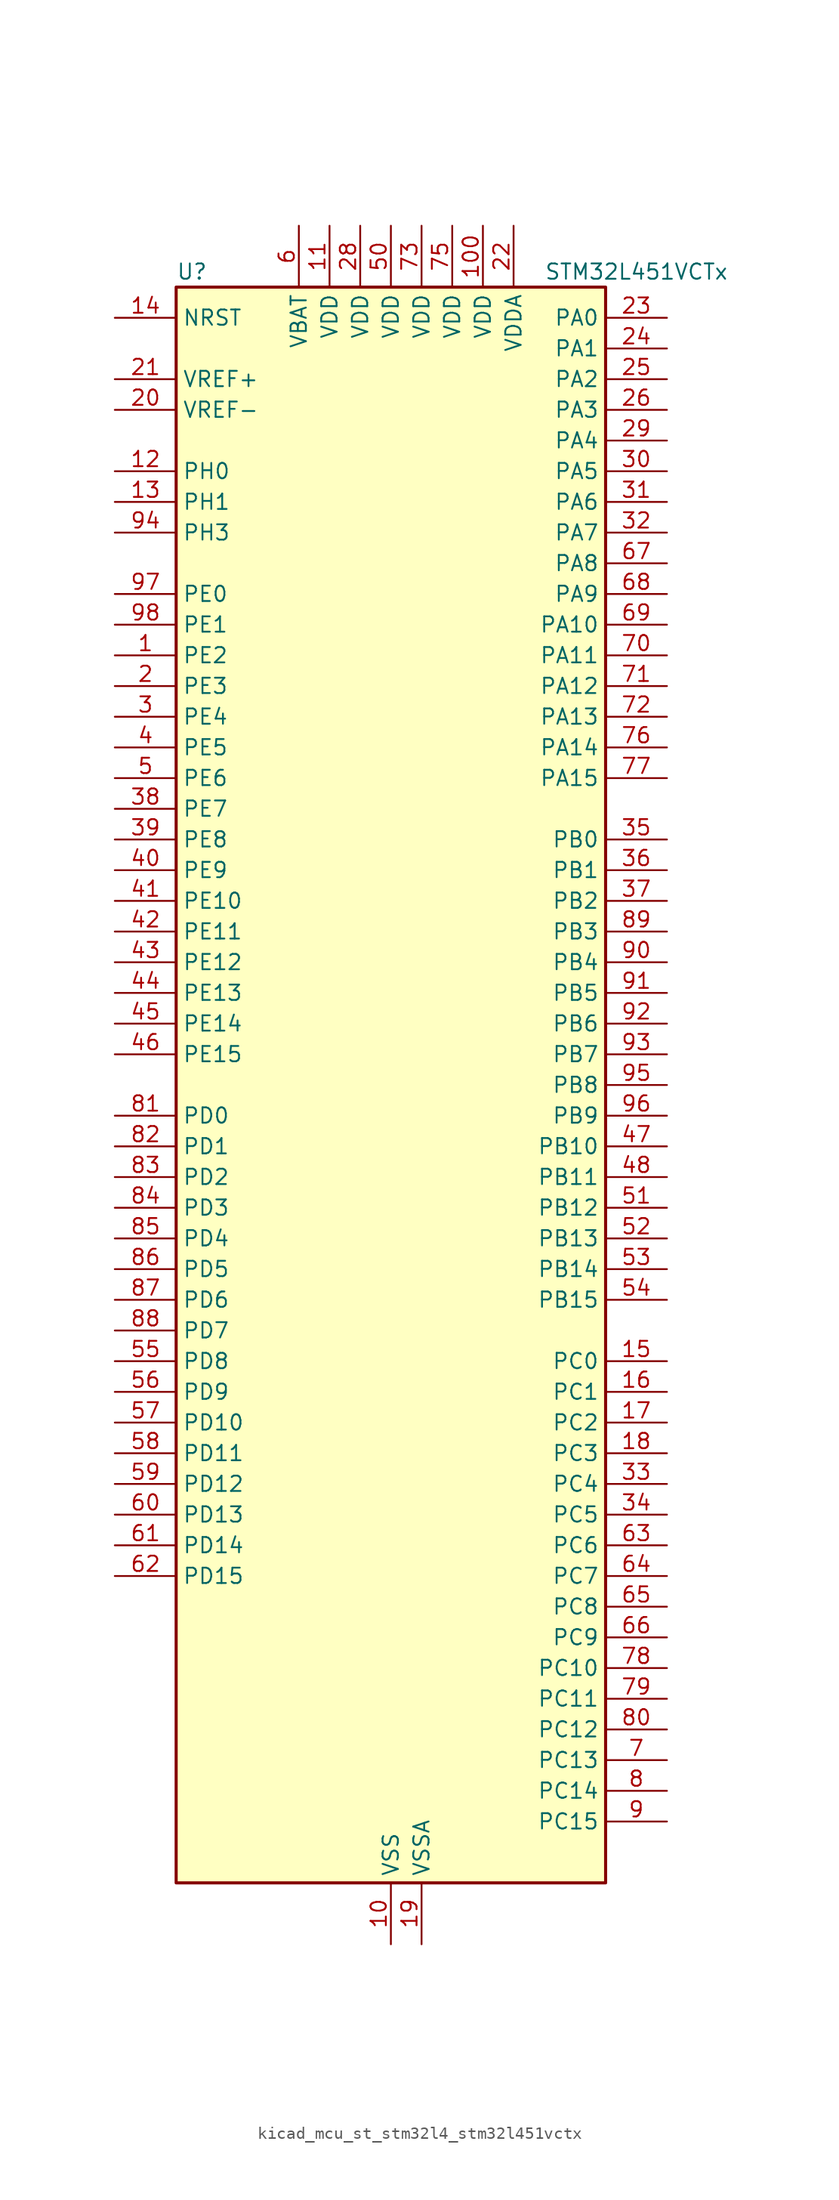
<source format=kicad_sym>
(kicad_symbol_lib
  (version 20220914)
  (generator kicad_symbol_editor)
  (symbol "kicad_mcu_st_stm32l4_stm32l451vctx"
    (property "Reference" "U"
      (at -17.78 67.31 0)
      (effects (font (size 1.27 1.27)) (justify left)))
    (property "Value" "STM32L451VCTx"
      (at 12.7 67.31 0)
      (effects (font (size 1.27 1.27)) (justify left)))
    (property "ki_locked" ""
      (at 0 0 0)
      (effects (font (size 1.27 1.27))))
    (symbol "kicad_mcu_st_stm32l4_stm32l451vctx_0_1"
      (rectangle (start -17.78 -66.04) (end 17.78 66.04) (stroke (width 0.254) (type default)) (fill (type background))))
    (symbol "kicad_mcu_st_stm32l4_stm32l451vctx_1_1"
      (pin bidirectional line (at -22.86 35.56 0) (length 5.08) (name "PE2" (effects (font (size 1.27 1.27)))) (number "1" (effects (font (size 1.27 1.27)))) (alternate "SAI1_MCLK_A" bidirectional line) (alternate "SYS_TRACECLK" bidirectional line) (alternate "TIM3_ETR" bidirectional line) (alternate "TSC_G7_IO1" bidirectional line))
      (pin power_in line (at 0 -71.12 90) (length 5.08) (name "VSS" (effects (font (size 1.27 1.27)))) (number "10" (effects (font (size 1.27 1.27)))))
      (pin power_in line (at 7.62 71.12 270) (length 5.08) (name "VDD" (effects (font (size 1.27 1.27)))) (number "100" (effects (font (size 1.27 1.27)))))
      (pin power_in line (at -5.08 71.12 270) (length 5.08) (name "VDD" (effects (font (size 1.27 1.27)))) (number "11" (effects (font (size 1.27 1.27)))))
      (pin bidirectional line (at -22.86 50.8 0) (length 5.08) (name "PH0" (effects (font (size 1.27 1.27)))) (number "12" (effects (font (size 1.27 1.27)))) (alternate "RCC_OSC_IN" bidirectional line))
      (pin bidirectional line (at -22.86 48.26 0) (length 5.08) (name "PH1" (effects (font (size 1.27 1.27)))) (number "13" (effects (font (size 1.27 1.27)))) (alternate "RCC_OSC_OUT" bidirectional line))
      (pin input line (at -22.86 63.5 0) (length 5.08) (name "NRST" (effects (font (size 1.27 1.27)))) (number "14" (effects (font (size 1.27 1.27)))))
      (pin bidirectional line (at 22.86 -22.86 180) (length 5.08) (name "PC0" (effects (font (size 1.27 1.27)))) (number "15" (effects (font (size 1.27 1.27)))) (alternate "ADC1_IN1" bidirectional line) (alternate "I2C3_SCL" bidirectional line) (alternate "I2C4_SCL" bidirectional line) (alternate "LPTIM1_IN1" bidirectional line) (alternate "LPTIM2_IN1" bidirectional line) (alternate "LPUART1_RX" bidirectional line))
      (pin bidirectional line (at 22.86 -25.4 180) (length 5.08) (name "PC1" (effects (font (size 1.27 1.27)))) (number "16" (effects (font (size 1.27 1.27)))) (alternate "ADC1_IN2" bidirectional line) (alternate "I2C3_SDA" bidirectional line) (alternate "I2C4_SDA" bidirectional line) (alternate "LPTIM1_OUT" bidirectional line) (alternate "LPUART1_TX" bidirectional line) (alternate "SYS_TRACED0" bidirectional line))
      (pin bidirectional line (at 22.86 -27.94 180) (length 5.08) (name "PC2" (effects (font (size 1.27 1.27)))) (number "17" (effects (font (size 1.27 1.27)))) (alternate "ADC1_IN3" bidirectional line) (alternate "DFSDM1_CKOUT" bidirectional line) (alternate "LPTIM1_IN2" bidirectional line) (alternate "SPI2_MISO" bidirectional line))
      (pin bidirectional line (at 22.86 -30.48 180) (length 5.08) (name "PC3" (effects (font (size 1.27 1.27)))) (number "18" (effects (font (size 1.27 1.27)))) (alternate "ADC1_IN4" bidirectional line) (alternate "LPTIM1_ETR" bidirectional line) (alternate "LPTIM2_ETR" bidirectional line) (alternate "SAI1_SD_A" bidirectional line) (alternate "SPI2_MOSI" bidirectional line))
      (pin power_in line (at 2.54 -71.12 90) (length 5.08) (name "VSSA" (effects (font (size 1.27 1.27)))) (number "19" (effects (font (size 1.27 1.27)))))
      (pin bidirectional line (at -22.86 33.02 0) (length 5.08) (name "PE3" (effects (font (size 1.27 1.27)))) (number "2" (effects (font (size 1.27 1.27)))) (alternate "SAI1_SD_B" bidirectional line) (alternate "SYS_TRACED0" bidirectional line) (alternate "TIM3_CH1" bidirectional line) (alternate "TSC_G7_IO2" bidirectional line))
      (pin input line (at -22.86 55.88 0) (length 5.08) (name "VREF-" (effects (font (size 1.27 1.27)))) (number "20" (effects (font (size 1.27 1.27)))))
      (pin input line (at -22.86 58.42 0) (length 5.08) (name "VREF+" (effects (font (size 1.27 1.27)))) (number "21" (effects (font (size 1.27 1.27)))) (alternate "VREFBUF_OUT" bidirectional line))
      (pin power_in line (at 10.16 71.12 270) (length 5.08) (name "VDDA" (effects (font (size 1.27 1.27)))) (number "22" (effects (font (size 1.27 1.27)))))
      (pin bidirectional line (at 22.86 63.5 180) (length 5.08) (name "PA0" (effects (font (size 1.27 1.27)))) (number "23" (effects (font (size 1.27 1.27)))) (alternate "ADC1_IN5" bidirectional line) (alternate "COMP1_INM" bidirectional line) (alternate "COMP1_OUT" bidirectional line) (alternate "OPAMP1_VINP" bidirectional line) (alternate "RTC_TAMP2" bidirectional line) (alternate "SAI1_EXTCLK" bidirectional line) (alternate "SYS_WKUP1" bidirectional line) (alternate "TIM2_CH1" bidirectional line) (alternate "TIM2_ETR" bidirectional line) (alternate "UART4_TX" bidirectional line) (alternate "USART2_CTS" bidirectional line))
      (pin bidirectional line (at 22.86 60.96 180) (length 5.08) (name "PA1" (effects (font (size 1.27 1.27)))) (number "24" (effects (font (size 1.27 1.27)))) (alternate "ADC1_IN6" bidirectional line) (alternate "COMP1_INP" bidirectional line) (alternate "I2C1_SMBA" bidirectional line) (alternate "OPAMP1_VINM" bidirectional line) (alternate "SPI1_SCK" bidirectional line) (alternate "TIM15_CH1N" bidirectional line) (alternate "TIM2_CH2" bidirectional line) (alternate "UART4_RX" bidirectional line) (alternate "USART2_DE" bidirectional line) (alternate "USART2_RTS" bidirectional line))
      (pin bidirectional line (at 22.86 58.42 180) (length 5.08) (name "PA2" (effects (font (size 1.27 1.27)))) (number "25" (effects (font (size 1.27 1.27)))) (alternate "ADC1_IN7" bidirectional line) (alternate "COMP2_INM" bidirectional line) (alternate "COMP2_OUT" bidirectional line) (alternate "LPUART1_TX" bidirectional line) (alternate "QUADSPI_BK1_NCS" bidirectional line) (alternate "RCC_LSCO" bidirectional line) (alternate "SYS_WKUP4" bidirectional line) (alternate "TIM15_CH1" bidirectional line) (alternate "TIM2_CH3" bidirectional line) (alternate "USART2_TX" bidirectional line))
      (pin bidirectional line (at 22.86 55.88 180) (length 5.08) (name "PA3" (effects (font (size 1.27 1.27)))) (number "26" (effects (font (size 1.27 1.27)))) (alternate "ADC1_IN8" bidirectional line) (alternate "COMP2_INP" bidirectional line) (alternate "LPUART1_RX" bidirectional line) (alternate "OPAMP1_VOUT" bidirectional line) (alternate "QUADSPI_CLK" bidirectional line) (alternate "SAI1_MCLK_A" bidirectional line) (alternate "TIM15_CH2" bidirectional line) (alternate "TIM2_CH4" bidirectional line) (alternate "USART2_RX" bidirectional line))
      (pin passive line (at 0 -71.12 90) (length 5.08) hide (name "VSS" (effects (font (size 1.27 1.27)))) (number "27" (effects (font (size 1.27 1.27)))))
      (pin power_in line (at -2.54 71.12 270) (length 5.08) (name "VDD" (effects (font (size 1.27 1.27)))) (number "28" (effects (font (size 1.27 1.27)))))
      (pin bidirectional line (at 22.86 53.34 180) (length 5.08) (name "PA4" (effects (font (size 1.27 1.27)))) (number "29" (effects (font (size 1.27 1.27)))) (alternate "ADC1_IN9" bidirectional line) (alternate "COMP1_INM" bidirectional line) (alternate "COMP2_INM" bidirectional line) (alternate "DAC1_OUT1" bidirectional line) (alternate "LPTIM2_OUT" bidirectional line) (alternate "SAI1_FS_B" bidirectional line) (alternate "SPI1_NSS" bidirectional line) (alternate "SPI3_NSS" bidirectional line) (alternate "USART2_CK" bidirectional line))
      (pin bidirectional line (at -22.86 30.48 0) (length 5.08) (name "PE4" (effects (font (size 1.27 1.27)))) (number "3" (effects (font (size 1.27 1.27)))) (alternate "DFSDM1_DATIN3" bidirectional line) (alternate "SAI1_FS_A" bidirectional line) (alternate "SYS_TRACED1" bidirectional line) (alternate "TIM3_CH2" bidirectional line) (alternate "TSC_G7_IO3" bidirectional line))
      (pin bidirectional line (at 22.86 50.8 180) (length 5.08) (name "PA5" (effects (font (size 1.27 1.27)))) (number "30" (effects (font (size 1.27 1.27)))) (alternate "ADC1_IN10" bidirectional line) (alternate "COMP1_INM" bidirectional line) (alternate "COMP2_INM" bidirectional line) (alternate "DFSDM1_CKOUT" bidirectional line) (alternate "LPTIM2_ETR" bidirectional line) (alternate "SPI1_SCK" bidirectional line) (alternate "TIM2_CH1" bidirectional line) (alternate "TIM2_ETR" bidirectional line))
      (pin bidirectional line (at 22.86 48.26 180) (length 5.08) (name "PA6" (effects (font (size 1.27 1.27)))) (number "31" (effects (font (size 1.27 1.27)))) (alternate "ADC1_IN11" bidirectional line) (alternate "COMP1_OUT" bidirectional line) (alternate "LPUART1_CTS" bidirectional line) (alternate "QUADSPI_BK1_IO3" bidirectional line) (alternate "SPI1_MISO" bidirectional line) (alternate "TIM16_CH1" bidirectional line) (alternate "TIM1_BKIN" bidirectional line) (alternate "TIM1_BKIN_COMP2" bidirectional line) (alternate "TIM3_CH1" bidirectional line) (alternate "USART3_CTS" bidirectional line))
      (pin bidirectional line (at 22.86 45.72 180) (length 5.08) (name "PA7" (effects (font (size 1.27 1.27)))) (number "32" (effects (font (size 1.27 1.27)))) (alternate "ADC1_IN12" bidirectional line) (alternate "COMP2_OUT" bidirectional line) (alternate "DFSDM1_DATIN0" bidirectional line) (alternate "I2C3_SCL" bidirectional line) (alternate "QUADSPI_BK1_IO2" bidirectional line) (alternate "SPI1_MOSI" bidirectional line) (alternate "TIM1_CH1N" bidirectional line) (alternate "TIM3_CH2" bidirectional line))
      (pin bidirectional line (at 22.86 -33.02 180) (length 5.08) (name "PC4" (effects (font (size 1.27 1.27)))) (number "33" (effects (font (size 1.27 1.27)))) (alternate "ADC1_IN13" bidirectional line) (alternate "COMP1_INM" bidirectional line) (alternate "USART3_TX" bidirectional line))
      (pin bidirectional line (at 22.86 -35.56 180) (length 5.08) (name "PC5" (effects (font (size 1.27 1.27)))) (number "34" (effects (font (size 1.27 1.27)))) (alternate "ADC1_IN14" bidirectional line) (alternate "COMP1_INP" bidirectional line) (alternate "SYS_WKUP5" bidirectional line) (alternate "USART3_RX" bidirectional line))
      (pin bidirectional line (at 22.86 20.32 180) (length 5.08) (name "PB0" (effects (font (size 1.27 1.27)))) (number "35" (effects (font (size 1.27 1.27)))) (alternate "ADC1_IN15" bidirectional line) (alternate "COMP1_OUT" bidirectional line) (alternate "DFSDM1_CKIN0" bidirectional line) (alternate "QUADSPI_BK1_IO1" bidirectional line) (alternate "SAI1_EXTCLK" bidirectional line) (alternate "SPI1_NSS" bidirectional line) (alternate "TIM1_CH2N" bidirectional line) (alternate "TIM3_CH3" bidirectional line) (alternate "USART3_CK" bidirectional line))
      (pin bidirectional line (at 22.86 17.78 180) (length 5.08) (name "PB1" (effects (font (size 1.27 1.27)))) (number "36" (effects (font (size 1.27 1.27)))) (alternate "ADC1_IN16" bidirectional line) (alternate "COMP1_INM" bidirectional line) (alternate "DFSDM1_DATIN0" bidirectional line) (alternate "LPTIM2_IN1" bidirectional line) (alternate "LPUART1_DE" bidirectional line) (alternate "LPUART1_RTS" bidirectional line) (alternate "QUADSPI_BK1_IO0" bidirectional line) (alternate "TIM1_CH3N" bidirectional line) (alternate "TIM3_CH4" bidirectional line) (alternate "USART3_DE" bidirectional line) (alternate "USART3_RTS" bidirectional line))
      (pin bidirectional line (at 22.86 15.24 180) (length 5.08) (name "PB2" (effects (font (size 1.27 1.27)))) (number "37" (effects (font (size 1.27 1.27)))) (alternate "COMP1_INP" bidirectional line) (alternate "DFSDM1_CKIN0" bidirectional line) (alternate "I2C3_SMBA" bidirectional line) (alternate "LPTIM1_OUT" bidirectional line) (alternate "RTC_OUT_ALARM" bidirectional line) (alternate "RTC_OUT_CALIB" bidirectional line))
      (pin bidirectional line (at -22.86 22.86 0) (length 5.08) (name "PE7" (effects (font (size 1.27 1.27)))) (number "38" (effects (font (size 1.27 1.27)))) (alternate "DFSDM1_DATIN2" bidirectional line) (alternate "SAI1_SD_B" bidirectional line) (alternate "TIM1_ETR" bidirectional line))
      (pin bidirectional line (at -22.86 20.32 0) (length 5.08) (name "PE8" (effects (font (size 1.27 1.27)))) (number "39" (effects (font (size 1.27 1.27)))) (alternate "DFSDM1_CKIN2" bidirectional line) (alternate "SAI1_SCK_B" bidirectional line) (alternate "TIM1_CH1N" bidirectional line))
      (pin bidirectional line (at -22.86 27.94 0) (length 5.08) (name "PE5" (effects (font (size 1.27 1.27)))) (number "4" (effects (font (size 1.27 1.27)))) (alternate "DFSDM1_CKIN3" bidirectional line) (alternate "SAI1_SCK_A" bidirectional line) (alternate "SYS_TRACED2" bidirectional line) (alternate "TIM3_CH3" bidirectional line) (alternate "TSC_G7_IO4" bidirectional line))
      (pin bidirectional line (at -22.86 17.78 0) (length 5.08) (name "PE9" (effects (font (size 1.27 1.27)))) (number "40" (effects (font (size 1.27 1.27)))) (alternate "DAC1_EXTI9" bidirectional line) (alternate "DFSDM1_CKOUT" bidirectional line) (alternate "SAI1_FS_B" bidirectional line) (alternate "TIM1_CH1" bidirectional line))
      (pin bidirectional line (at -22.86 15.24 0) (length 5.08) (name "PE10" (effects (font (size 1.27 1.27)))) (number "41" (effects (font (size 1.27 1.27)))) (alternate "QUADSPI_CLK" bidirectional line) (alternate "SAI1_MCLK_B" bidirectional line) (alternate "TIM1_CH2N" bidirectional line) (alternate "TSC_G5_IO1" bidirectional line))
      (pin bidirectional line (at -22.86 12.7 0) (length 5.08) (name "PE11" (effects (font (size 1.27 1.27)))) (number "42" (effects (font (size 1.27 1.27)))) (alternate "ADC1_EXTI11" bidirectional line) (alternate "QUADSPI_BK1_NCS" bidirectional line) (alternate "TIM1_CH2" bidirectional line) (alternate "TSC_G5_IO2" bidirectional line))
      (pin bidirectional line (at -22.86 10.16 0) (length 5.08) (name "PE12" (effects (font (size 1.27 1.27)))) (number "43" (effects (font (size 1.27 1.27)))) (alternate "QUADSPI_BK1_IO0" bidirectional line) (alternate "SPI1_NSS" bidirectional line) (alternate "TIM1_CH3N" bidirectional line) (alternate "TSC_G5_IO3" bidirectional line))
      (pin bidirectional line (at -22.86 7.62 0) (length 5.08) (name "PE13" (effects (font (size 1.27 1.27)))) (number "44" (effects (font (size 1.27 1.27)))) (alternate "QUADSPI_BK1_IO1" bidirectional line) (alternate "SPI1_SCK" bidirectional line) (alternate "TIM1_CH3" bidirectional line) (alternate "TSC_G5_IO4" bidirectional line))
      (pin bidirectional line (at -22.86 5.08 0) (length 5.08) (name "PE14" (effects (font (size 1.27 1.27)))) (number "45" (effects (font (size 1.27 1.27)))) (alternate "QUADSPI_BK1_IO2" bidirectional line) (alternate "SPI1_MISO" bidirectional line) (alternate "TIM1_BKIN2" bidirectional line) (alternate "TIM1_BKIN2_COMP2" bidirectional line) (alternate "TIM1_CH4" bidirectional line))
      (pin bidirectional line (at -22.86 2.54 0) (length 5.08) (name "PE15" (effects (font (size 1.27 1.27)))) (number "46" (effects (font (size 1.27 1.27)))) (alternate "ADC1_EXTI15" bidirectional line) (alternate "QUADSPI_BK1_IO3" bidirectional line) (alternate "SPI1_MOSI" bidirectional line) (alternate "TIM1_BKIN" bidirectional line) (alternate "TIM1_BKIN_COMP1" bidirectional line))
      (pin bidirectional line (at 22.86 -5.08 180) (length 5.08) (name "PB10" (effects (font (size 1.27 1.27)))) (number "47" (effects (font (size 1.27 1.27)))) (alternate "COMP1_OUT" bidirectional line) (alternate "I2C2_SCL" bidirectional line) (alternate "I2C4_SCL" bidirectional line) (alternate "LPUART1_RX" bidirectional line) (alternate "QUADSPI_CLK" bidirectional line) (alternate "SAI1_SCK_A" bidirectional line) (alternate "SPI2_SCK" bidirectional line) (alternate "TIM2_CH3" bidirectional line) (alternate "TSC_SYNC" bidirectional line) (alternate "USART3_TX" bidirectional line))
      (pin bidirectional line (at 22.86 -7.62 180) (length 5.08) (name "PB11" (effects (font (size 1.27 1.27)))) (number "48" (effects (font (size 1.27 1.27)))) (alternate "ADC1_EXTI11" bidirectional line) (alternate "COMP2_OUT" bidirectional line) (alternate "I2C2_SDA" bidirectional line) (alternate "I2C4_SDA" bidirectional line) (alternate "LPUART1_TX" bidirectional line) (alternate "QUADSPI_BK1_NCS" bidirectional line) (alternate "TIM2_CH4" bidirectional line) (alternate "USART3_RX" bidirectional line))
      (pin passive line (at 0 -71.12 90) (length 5.08) hide (name "VSS" (effects (font (size 1.27 1.27)))) (number "49" (effects (font (size 1.27 1.27)))))
      (pin bidirectional line (at -22.86 25.4 0) (length 5.08) (name "PE6" (effects (font (size 1.27 1.27)))) (number "5" (effects (font (size 1.27 1.27)))) (alternate "RTC_TAMP3" bidirectional line) (alternate "SAI1_SD_A" bidirectional line) (alternate "SYS_TRACED3" bidirectional line) (alternate "SYS_WKUP3" bidirectional line) (alternate "TIM3_CH4" bidirectional line))
      (pin power_in line (at 0 71.12 270) (length 5.08) (name "VDD" (effects (font (size 1.27 1.27)))) (number "50" (effects (font (size 1.27 1.27)))))
      (pin bidirectional line (at 22.86 -10.16 180) (length 5.08) (name "PB12" (effects (font (size 1.27 1.27)))) (number "51" (effects (font (size 1.27 1.27)))) (alternate "CAN1_RX" bidirectional line) (alternate "DFSDM1_DATIN1" bidirectional line) (alternate "I2C2_SMBA" bidirectional line) (alternate "LPUART1_DE" bidirectional line) (alternate "LPUART1_RTS" bidirectional line) (alternate "SAI1_FS_A" bidirectional line) (alternate "SPI2_NSS" bidirectional line) (alternate "TIM15_BKIN" bidirectional line) (alternate "TIM1_BKIN" bidirectional line) (alternate "TIM1_BKIN_COMP2" bidirectional line) (alternate "TSC_G1_IO1" bidirectional line) (alternate "USART3_CK" bidirectional line))
      (pin bidirectional line (at 22.86 -12.7 180) (length 5.08) (name "PB13" (effects (font (size 1.27 1.27)))) (number "52" (effects (font (size 1.27 1.27)))) (alternate "CAN1_TX" bidirectional line) (alternate "DFSDM1_CKIN1" bidirectional line) (alternate "I2C2_SCL" bidirectional line) (alternate "LPUART1_CTS" bidirectional line) (alternate "SAI1_SCK_A" bidirectional line) (alternate "SPI2_SCK" bidirectional line) (alternate "TIM15_CH1N" bidirectional line) (alternate "TIM1_CH1N" bidirectional line) (alternate "TSC_G1_IO2" bidirectional line) (alternate "USART3_CTS" bidirectional line))
      (pin bidirectional line (at 22.86 -15.24 180) (length 5.08) (name "PB14" (effects (font (size 1.27 1.27)))) (number "53" (effects (font (size 1.27 1.27)))) (alternate "DFSDM1_DATIN2" bidirectional line) (alternate "I2C2_SDA" bidirectional line) (alternate "SAI1_MCLK_A" bidirectional line) (alternate "SPI2_MISO" bidirectional line) (alternate "TIM15_CH1" bidirectional line) (alternate "TIM1_CH2N" bidirectional line) (alternate "TSC_G1_IO3" bidirectional line) (alternate "USART3_DE" bidirectional line) (alternate "USART3_RTS" bidirectional line))
      (pin bidirectional line (at 22.86 -17.78 180) (length 5.08) (name "PB15" (effects (font (size 1.27 1.27)))) (number "54" (effects (font (size 1.27 1.27)))) (alternate "ADC1_EXTI15" bidirectional line) (alternate "DFSDM1_CKIN2" bidirectional line) (alternate "RTC_REFIN" bidirectional line) (alternate "SAI1_SD_A" bidirectional line) (alternate "SPI2_MOSI" bidirectional line) (alternate "TIM15_CH2" bidirectional line) (alternate "TIM1_CH3N" bidirectional line) (alternate "TSC_G1_IO4" bidirectional line))
      (pin bidirectional line (at -22.86 -22.86 0) (length 5.08) (name "PD8" (effects (font (size 1.27 1.27)))) (number "55" (effects (font (size 1.27 1.27)))) (alternate "USART3_TX" bidirectional line))
      (pin bidirectional line (at -22.86 -25.4 0) (length 5.08) (name "PD9" (effects (font (size 1.27 1.27)))) (number "56" (effects (font (size 1.27 1.27)))) (alternate "DAC1_EXTI9" bidirectional line) (alternate "USART3_RX" bidirectional line))
      (pin bidirectional line (at -22.86 -27.94 0) (length 5.08) (name "PD10" (effects (font (size 1.27 1.27)))) (number "57" (effects (font (size 1.27 1.27)))) (alternate "TSC_G6_IO1" bidirectional line) (alternate "USART3_CK" bidirectional line))
      (pin bidirectional line (at -22.86 -30.48 0) (length 5.08) (name "PD11" (effects (font (size 1.27 1.27)))) (number "58" (effects (font (size 1.27 1.27)))) (alternate "ADC1_EXTI11" bidirectional line) (alternate "I2C4_SMBA" bidirectional line) (alternate "LPTIM2_ETR" bidirectional line) (alternate "TSC_G6_IO2" bidirectional line) (alternate "USART3_CTS" bidirectional line))
      (pin bidirectional line (at -22.86 -33.02 0) (length 5.08) (name "PD12" (effects (font (size 1.27 1.27)))) (number "59" (effects (font (size 1.27 1.27)))) (alternate "I2C4_SCL" bidirectional line) (alternate "LPTIM2_IN1" bidirectional line) (alternate "TSC_G6_IO3" bidirectional line) (alternate "USART3_DE" bidirectional line) (alternate "USART3_RTS" bidirectional line))
      (pin power_in line (at -7.62 71.12 270) (length 5.08) (name "VBAT" (effects (font (size 1.27 1.27)))) (number "6" (effects (font (size 1.27 1.27)))))
      (pin bidirectional line (at -22.86 -35.56 0) (length 5.08) (name "PD13" (effects (font (size 1.27 1.27)))) (number "60" (effects (font (size 1.27 1.27)))) (alternate "I2C4_SDA" bidirectional line) (alternate "LPTIM2_OUT" bidirectional line) (alternate "TSC_G6_IO4" bidirectional line))
      (pin bidirectional line (at -22.86 -38.1 0) (length 5.08) (name "PD14" (effects (font (size 1.27 1.27)))) (number "61" (effects (font (size 1.27 1.27)))))
      (pin bidirectional line (at -22.86 -40.64 0) (length 5.08) (name "PD15" (effects (font (size 1.27 1.27)))) (number "62" (effects (font (size 1.27 1.27)))) (alternate "ADC1_EXTI15" bidirectional line))
      (pin bidirectional line (at 22.86 -38.1 180) (length 5.08) (name "PC6" (effects (font (size 1.27 1.27)))) (number "63" (effects (font (size 1.27 1.27)))) (alternate "DFSDM1_CKIN3" bidirectional line) (alternate "SDMMC1_D6" bidirectional line) (alternate "TIM3_CH1" bidirectional line) (alternate "TSC_G4_IO1" bidirectional line))
      (pin bidirectional line (at 22.86 -40.64 180) (length 5.08) (name "PC7" (effects (font (size 1.27 1.27)))) (number "64" (effects (font (size 1.27 1.27)))) (alternate "DFSDM1_DATIN3" bidirectional line) (alternate "SDMMC1_D7" bidirectional line) (alternate "TIM3_CH2" bidirectional line) (alternate "TSC_G4_IO2" bidirectional line))
      (pin bidirectional line (at 22.86 -43.18 180) (length 5.08) (name "PC8" (effects (font (size 1.27 1.27)))) (number "65" (effects (font (size 1.27 1.27)))) (alternate "SDMMC1_D0" bidirectional line) (alternate "TIM3_CH3" bidirectional line) (alternate "TSC_G4_IO3" bidirectional line))
      (pin bidirectional line (at 22.86 -45.72 180) (length 5.08) (name "PC9" (effects (font (size 1.27 1.27)))) (number "66" (effects (font (size 1.27 1.27)))) (alternate "DAC1_EXTI9" bidirectional line) (alternate "SDMMC1_D1" bidirectional line) (alternate "TIM3_CH4" bidirectional line) (alternate "TSC_G4_IO4" bidirectional line))
      (pin bidirectional line (at 22.86 43.18 180) (length 5.08) (name "PA8" (effects (font (size 1.27 1.27)))) (number "67" (effects (font (size 1.27 1.27)))) (alternate "DFSDM1_CKIN1" bidirectional line) (alternate "LPTIM2_OUT" bidirectional line) (alternate "RCC_MCO" bidirectional line) (alternate "SAI1_SCK_A" bidirectional line) (alternate "TIM1_CH1" bidirectional line) (alternate "USART1_CK" bidirectional line))
      (pin bidirectional line (at 22.86 40.64 180) (length 5.08) (name "PA9" (effects (font (size 1.27 1.27)))) (number "68" (effects (font (size 1.27 1.27)))) (alternate "DAC1_EXTI9" bidirectional line) (alternate "DFSDM1_DATIN1" bidirectional line) (alternate "I2C1_SCL" bidirectional line) (alternate "SAI1_FS_A" bidirectional line) (alternate "TIM15_BKIN" bidirectional line) (alternate "TIM1_CH2" bidirectional line) (alternate "USART1_TX" bidirectional line))
      (pin bidirectional line (at 22.86 38.1 180) (length 5.08) (name "PA10" (effects (font (size 1.27 1.27)))) (number "69" (effects (font (size 1.27 1.27)))) (alternate "I2C1_SDA" bidirectional line) (alternate "SAI1_SD_A" bidirectional line) (alternate "TIM1_CH3" bidirectional line) (alternate "USART1_RX" bidirectional line))
      (pin bidirectional line (at 22.86 -55.88 180) (length 5.08) (name "PC13" (effects (font (size 1.27 1.27)))) (number "7" (effects (font (size 1.27 1.27)))) (alternate "RTC_OUT_ALARM" bidirectional line) (alternate "RTC_OUT_CALIB" bidirectional line) (alternate "RTC_TAMP1" bidirectional line) (alternate "RTC_TS" bidirectional line) (alternate "SYS_WKUP2" bidirectional line))
      (pin bidirectional line (at 22.86 35.56 180) (length 5.08) (name "PA11" (effects (font (size 1.27 1.27)))) (number "70" (effects (font (size 1.27 1.27)))) (alternate "ADC1_EXTI11" bidirectional line) (alternate "CAN1_RX" bidirectional line) (alternate "COMP1_OUT" bidirectional line) (alternate "SPI1_MISO" bidirectional line) (alternate "TIM1_BKIN2" bidirectional line) (alternate "TIM1_BKIN2_COMP1" bidirectional line) (alternate "TIM1_CH4" bidirectional line) (alternate "USART1_CTS" bidirectional line))
      (pin bidirectional line (at 22.86 33.02 180) (length 5.08) (name "PA12" (effects (font (size 1.27 1.27)))) (number "71" (effects (font (size 1.27 1.27)))) (alternate "CAN1_TX" bidirectional line) (alternate "SPI1_MOSI" bidirectional line) (alternate "TIM1_ETR" bidirectional line) (alternate "USART1_DE" bidirectional line) (alternate "USART1_RTS" bidirectional line))
      (pin bidirectional line (at 22.86 30.48 180) (length 5.08) (name "PA13" (effects (font (size 1.27 1.27)))) (number "72" (effects (font (size 1.27 1.27)))) (alternate "IR_OUT" bidirectional line) (alternate "SAI1_SD_B" bidirectional line) (alternate "SYS_JTMS-SWDIO" bidirectional line))
      (pin power_in line (at 2.54 71.12 270) (length 5.08) (name "VDD" (effects (font (size 1.27 1.27)))) (number "73" (effects (font (size 1.27 1.27)))))
      (pin passive line (at 0 -71.12 90) (length 5.08) hide (name "VSS" (effects (font (size 1.27 1.27)))) (number "74" (effects (font (size 1.27 1.27)))))
      (pin power_in line (at 5.08 71.12 270) (length 5.08) (name "VDD" (effects (font (size 1.27 1.27)))) (number "75" (effects (font (size 1.27 1.27)))))
      (pin bidirectional line (at 22.86 27.94 180) (length 5.08) (name "PA14" (effects (font (size 1.27 1.27)))) (number "76" (effects (font (size 1.27 1.27)))) (alternate "I2C1_SMBA" bidirectional line) (alternate "I2C4_SMBA" bidirectional line) (alternate "LPTIM1_OUT" bidirectional line) (alternate "SAI1_FS_B" bidirectional line) (alternate "SYS_JTCK-SWCLK" bidirectional line))
      (pin bidirectional line (at 22.86 25.4 180) (length 5.08) (name "PA15" (effects (font (size 1.27 1.27)))) (number "77" (effects (font (size 1.27 1.27)))) (alternate "ADC1_EXTI15" bidirectional line) (alternate "SPI1_NSS" bidirectional line) (alternate "SPI3_NSS" bidirectional line) (alternate "SYS_JTDI" bidirectional line) (alternate "TIM2_CH1" bidirectional line) (alternate "TIM2_ETR" bidirectional line) (alternate "TSC_G3_IO1" bidirectional line) (alternate "UART4_DE" bidirectional line) (alternate "UART4_RTS" bidirectional line) (alternate "USART2_RX" bidirectional line) (alternate "USART3_DE" bidirectional line) (alternate "USART3_RTS" bidirectional line))
      (pin bidirectional line (at 22.86 -48.26 180) (length 5.08) (name "PC10" (effects (font (size 1.27 1.27)))) (number "78" (effects (font (size 1.27 1.27)))) (alternate "SDMMC1_D2" bidirectional line) (alternate "SPI3_SCK" bidirectional line) (alternate "SYS_TRACED1" bidirectional line) (alternate "TSC_G3_IO2" bidirectional line) (alternate "UART4_TX" bidirectional line) (alternate "USART3_TX" bidirectional line))
      (pin bidirectional line (at 22.86 -50.8 180) (length 5.08) (name "PC11" (effects (font (size 1.27 1.27)))) (number "79" (effects (font (size 1.27 1.27)))) (alternate "ADC1_EXTI11" bidirectional line) (alternate "SDMMC1_D3" bidirectional line) (alternate "SPI3_MISO" bidirectional line) (alternate "TSC_G3_IO3" bidirectional line) (alternate "UART4_RX" bidirectional line) (alternate "USART3_RX" bidirectional line))
      (pin bidirectional line (at 22.86 -58.42 180) (length 5.08) (name "PC14" (effects (font (size 1.27 1.27)))) (number "8" (effects (font (size 1.27 1.27)))) (alternate "RCC_OSC32_IN" bidirectional line))
      (pin bidirectional line (at 22.86 -53.34 180) (length 5.08) (name "PC12" (effects (font (size 1.27 1.27)))) (number "80" (effects (font (size 1.27 1.27)))) (alternate "SDMMC1_CK" bidirectional line) (alternate "SPI3_MOSI" bidirectional line) (alternate "SYS_TRACED3" bidirectional line) (alternate "TSC_G3_IO4" bidirectional line) (alternate "USART3_CK" bidirectional line))
      (pin bidirectional line (at -22.86 -2.54 0) (length 5.08) (name "PD0" (effects (font (size 1.27 1.27)))) (number "81" (effects (font (size 1.27 1.27)))) (alternate "CAN1_RX" bidirectional line) (alternate "SPI2_NSS" bidirectional line))
      (pin bidirectional line (at -22.86 -5.08 0) (length 5.08) (name "PD1" (effects (font (size 1.27 1.27)))) (number "82" (effects (font (size 1.27 1.27)))) (alternate "CAN1_TX" bidirectional line) (alternate "SPI2_SCK" bidirectional line))
      (pin bidirectional line (at -22.86 -7.62 0) (length 5.08) (name "PD2" (effects (font (size 1.27 1.27)))) (number "83" (effects (font (size 1.27 1.27)))) (alternate "SDMMC1_CMD" bidirectional line) (alternate "SYS_TRACED2" bidirectional line) (alternate "TIM3_ETR" bidirectional line) (alternate "TSC_SYNC" bidirectional line) (alternate "USART3_DE" bidirectional line) (alternate "USART3_RTS" bidirectional line))
      (pin bidirectional line (at -22.86 -10.16 0) (length 5.08) (name "PD3" (effects (font (size 1.27 1.27)))) (number "84" (effects (font (size 1.27 1.27)))) (alternate "DFSDM1_DATIN0" bidirectional line) (alternate "QUADSPI_BK2_NCS" bidirectional line) (alternate "SPI2_MISO" bidirectional line) (alternate "USART2_CTS" bidirectional line))
      (pin bidirectional line (at -22.86 -12.7 0) (length 5.08) (name "PD4" (effects (font (size 1.27 1.27)))) (number "85" (effects (font (size 1.27 1.27)))) (alternate "DFSDM1_CKIN0" bidirectional line) (alternate "QUADSPI_BK2_IO0" bidirectional line) (alternate "SPI2_MOSI" bidirectional line) (alternate "USART2_DE" bidirectional line) (alternate "USART2_RTS" bidirectional line))
      (pin bidirectional line (at -22.86 -15.24 0) (length 5.08) (name "PD5" (effects (font (size 1.27 1.27)))) (number "86" (effects (font (size 1.27 1.27)))) (alternate "QUADSPI_BK2_IO1" bidirectional line) (alternate "USART2_TX" bidirectional line))
      (pin bidirectional line (at -22.86 -17.78 0) (length 5.08) (name "PD6" (effects (font (size 1.27 1.27)))) (number "87" (effects (font (size 1.27 1.27)))) (alternate "DFSDM1_DATIN1" bidirectional line) (alternate "QUADSPI_BK2_IO2" bidirectional line) (alternate "SAI1_SD_A" bidirectional line) (alternate "USART2_RX" bidirectional line))
      (pin bidirectional line (at -22.86 -20.32 0) (length 5.08) (name "PD7" (effects (font (size 1.27 1.27)))) (number "88" (effects (font (size 1.27 1.27)))) (alternate "DFSDM1_CKIN1" bidirectional line) (alternate "QUADSPI_BK2_IO3" bidirectional line) (alternate "USART2_CK" bidirectional line))
      (pin bidirectional line (at 22.86 12.7 180) (length 5.08) (name "PB3" (effects (font (size 1.27 1.27)))) (number "89" (effects (font (size 1.27 1.27)))) (alternate "COMP2_INM" bidirectional line) (alternate "SAI1_SCK_B" bidirectional line) (alternate "SPI1_SCK" bidirectional line) (alternate "SPI3_SCK" bidirectional line) (alternate "SYS_JTDO-SWO" bidirectional line) (alternate "TIM2_CH2" bidirectional line) (alternate "USART1_DE" bidirectional line) (alternate "USART1_RTS" bidirectional line))
      (pin bidirectional line (at 22.86 -60.96 180) (length 5.08) (name "PC15" (effects (font (size 1.27 1.27)))) (number "9" (effects (font (size 1.27 1.27)))) (alternate "ADC1_EXTI15" bidirectional line) (alternate "RCC_OSC32_OUT" bidirectional line))
      (pin bidirectional line (at 22.86 10.16 180) (length 5.08) (name "PB4" (effects (font (size 1.27 1.27)))) (number "90" (effects (font (size 1.27 1.27)))) (alternate "COMP2_INP" bidirectional line) (alternate "I2C3_SDA" bidirectional line) (alternate "SAI1_MCLK_B" bidirectional line) (alternate "SPI1_MISO" bidirectional line) (alternate "SPI3_MISO" bidirectional line) (alternate "SYS_JTRST" bidirectional line) (alternate "TIM3_CH1" bidirectional line) (alternate "TSC_G2_IO1" bidirectional line) (alternate "USART1_CTS" bidirectional line))
      (pin bidirectional line (at 22.86 7.62 180) (length 5.08) (name "PB5" (effects (font (size 1.27 1.27)))) (number "91" (effects (font (size 1.27 1.27)))) (alternate "CAN1_RX" bidirectional line) (alternate "COMP2_OUT" bidirectional line) (alternate "I2C1_SMBA" bidirectional line) (alternate "LPTIM1_IN1" bidirectional line) (alternate "SAI1_SD_B" bidirectional line) (alternate "SPI1_MOSI" bidirectional line) (alternate "SPI3_MOSI" bidirectional line) (alternate "TIM16_BKIN" bidirectional line) (alternate "TIM3_CH2" bidirectional line) (alternate "TSC_G2_IO2" bidirectional line) (alternate "USART1_CK" bidirectional line))
      (pin bidirectional line (at 22.86 5.08 180) (length 5.08) (name "PB6" (effects (font (size 1.27 1.27)))) (number "92" (effects (font (size 1.27 1.27)))) (alternate "CAN1_TX" bidirectional line) (alternate "COMP2_INP" bidirectional line) (alternate "I2C1_SCL" bidirectional line) (alternate "I2C4_SCL" bidirectional line) (alternate "LPTIM1_ETR" bidirectional line) (alternate "SAI1_FS_B" bidirectional line) (alternate "TIM16_CH1N" bidirectional line) (alternate "TSC_G2_IO3" bidirectional line) (alternate "USART1_TX" bidirectional line))
      (pin bidirectional line (at 22.86 2.54 180) (length 5.08) (name "PB7" (effects (font (size 1.27 1.27)))) (number "93" (effects (font (size 1.27 1.27)))) (alternate "COMP2_INM" bidirectional line) (alternate "I2C1_SDA" bidirectional line) (alternate "I2C4_SDA" bidirectional line) (alternate "LPTIM1_IN2" bidirectional line) (alternate "SYS_PVD_IN" bidirectional line) (alternate "TSC_G2_IO4" bidirectional line) (alternate "UART4_CTS" bidirectional line) (alternate "USART1_RX" bidirectional line))
      (pin bidirectional line (at -22.86 45.72 0) (length 5.08) (name "PH3" (effects (font (size 1.27 1.27)))) (number "94" (effects (font (size 1.27 1.27)))))
      (pin bidirectional line (at 22.86 0 180) (length 5.08) (name "PB8" (effects (font (size 1.27 1.27)))) (number "95" (effects (font (size 1.27 1.27)))) (alternate "CAN1_RX" bidirectional line) (alternate "I2C1_SCL" bidirectional line) (alternate "SAI1_MCLK_A" bidirectional line) (alternate "SDMMC1_D4" bidirectional line) (alternate "TIM16_CH1" bidirectional line))
      (pin bidirectional line (at 22.86 -2.54 180) (length 5.08) (name "PB9" (effects (font (size 1.27 1.27)))) (number "96" (effects (font (size 1.27 1.27)))) (alternate "CAN1_TX" bidirectional line) (alternate "DAC1_EXTI9" bidirectional line) (alternate "I2C1_SDA" bidirectional line) (alternate "IR_OUT" bidirectional line) (alternate "SAI1_FS_A" bidirectional line) (alternate "SDMMC1_D5" bidirectional line) (alternate "SPI2_NSS" bidirectional line))
      (pin bidirectional line (at -22.86 40.64 0) (length 5.08) (name "PE0" (effects (font (size 1.27 1.27)))) (number "97" (effects (font (size 1.27 1.27)))) (alternate "TIM16_CH1" bidirectional line))
      (pin bidirectional line (at -22.86 38.1 0) (length 5.08) (name "PE1" (effects (font (size 1.27 1.27)))) (number "98" (effects (font (size 1.27 1.27)))))
      (pin passive line (at 0 -71.12 90) (length 5.08) hide (name "VSS" (effects (font (size 1.27 1.27)))) (number "99" (effects (font (size 1.27 1.27))))))))
</source>
